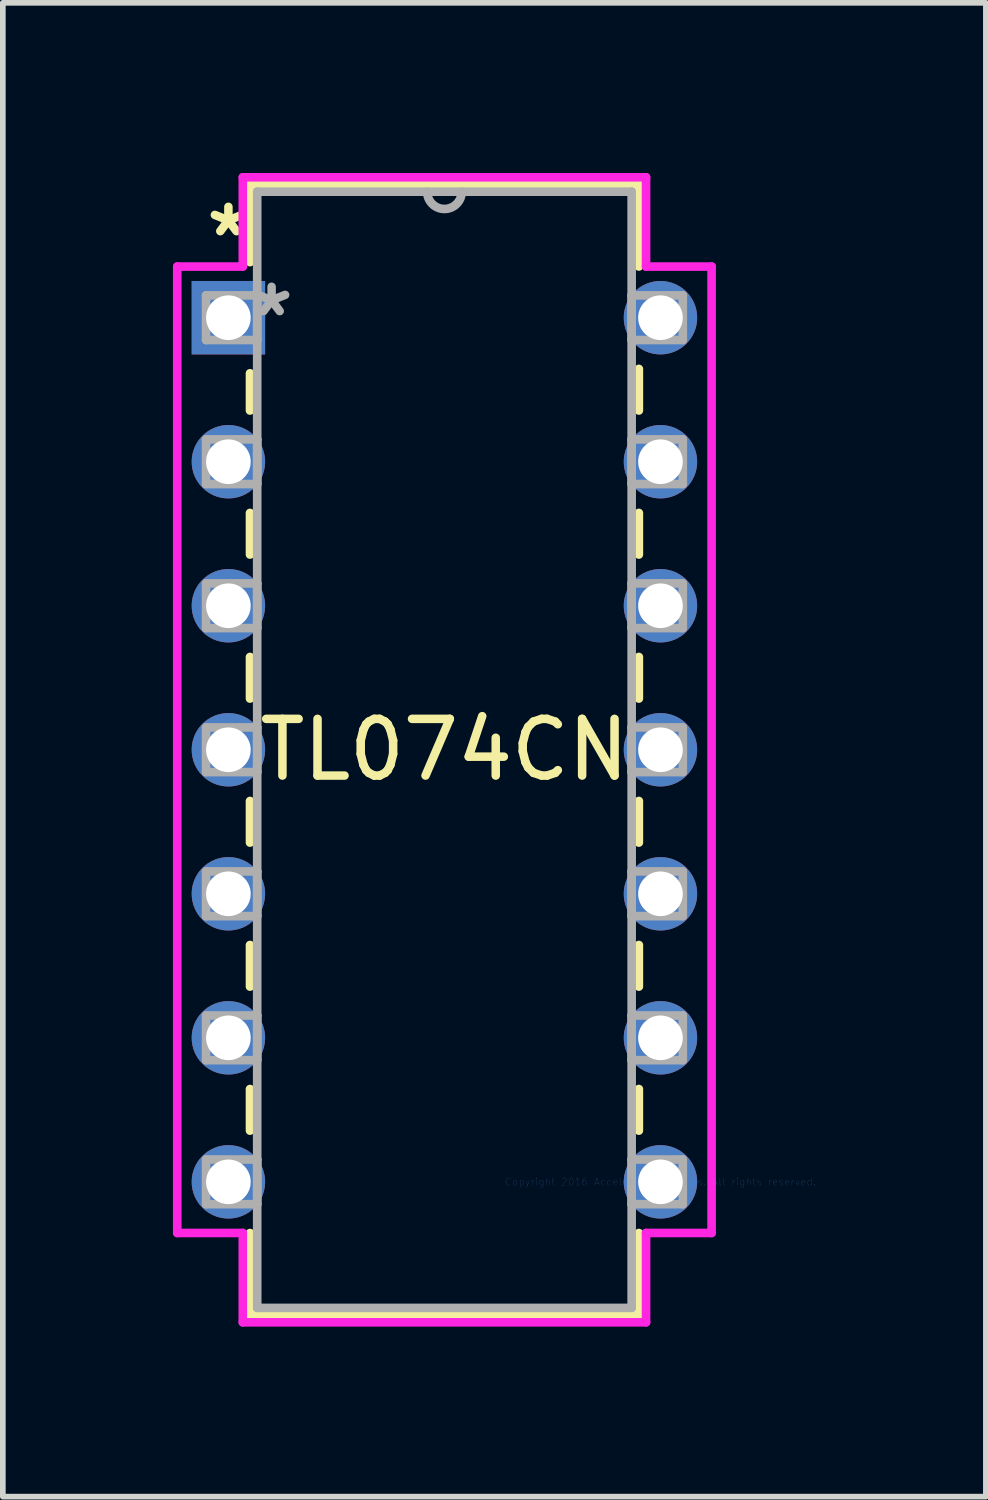
<source format=kicad_pcb>
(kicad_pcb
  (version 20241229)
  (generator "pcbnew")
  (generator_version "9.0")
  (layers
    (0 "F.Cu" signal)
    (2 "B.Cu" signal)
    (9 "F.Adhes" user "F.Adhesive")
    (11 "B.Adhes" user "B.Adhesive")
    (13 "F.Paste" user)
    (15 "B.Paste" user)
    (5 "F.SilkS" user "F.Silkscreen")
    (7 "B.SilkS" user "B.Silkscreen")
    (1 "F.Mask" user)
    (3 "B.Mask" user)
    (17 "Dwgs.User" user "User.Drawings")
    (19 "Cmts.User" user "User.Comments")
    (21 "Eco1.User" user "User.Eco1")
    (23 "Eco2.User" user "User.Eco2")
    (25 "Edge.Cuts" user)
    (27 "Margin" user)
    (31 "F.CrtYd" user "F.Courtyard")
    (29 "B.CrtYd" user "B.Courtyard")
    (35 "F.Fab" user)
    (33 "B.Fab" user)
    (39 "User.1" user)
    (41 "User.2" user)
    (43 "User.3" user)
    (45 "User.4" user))
  (footprint "TL074CN"
    (layer "F.Cu")
    (at 8.598 17.793)
    (property "Reference" "TL074CN" (at -3.81 -7.62 0) (layer "F.SilkS") (effects (font (size 1 1) (thickness 0.15))))
    (attr through_hole)
    (fp_line (start -7.239 -17.59) (end -7.239 -16.22) (stroke (width 0.152) (type solid)) (layer "F.SilkS"))
    (fp_line (start -7.239 -14.26) (end -7.239 -13.603) (stroke (width 0.152) (type solid)) (layer "F.SilkS"))
    (fp_line (start -7.239 -11.797) (end -7.239 -11.063) (stroke (width 0.152) (type solid)) (layer "F.SilkS"))
    (fp_line (start -7.239 -9.257) (end -7.239 -8.523) (stroke (width 0.152) (type solid)) (layer "F.SilkS"))
    (fp_line (start -7.239 -6.717) (end -7.239 -5.983) (stroke (width 0.152) (type solid)) (layer "F.SilkS"))
    (fp_line (start -7.239 -4.177) (end -7.239 -3.443) (stroke (width 0.152) (type solid)) (layer "F.SilkS"))
    (fp_line (start -7.239 -1.637) (end -7.239 -0.903) (stroke (width 0.152) (type solid)) (layer "F.SilkS"))
    (fp_line (start -7.239 0.903) (end -7.239 2.349) (stroke (width 0.152) (type solid)) (layer "F.SilkS"))
    (fp_line (start -7.239 2.349) (end -0.381 2.349) (stroke (width 0.152) (type solid)) (layer "F.SilkS"))
    (fp_line (start -0.381 -17.59) (end -7.239 -17.59) (stroke (width 0.152) (type solid)) (layer "F.SilkS"))
    (fp_line (start -0.381 -16.143) (end -0.381 -17.59) (stroke (width 0.152) (type solid)) (layer "F.SilkS"))
    (fp_line (start -0.381 -13.603) (end -0.381 -14.337) (stroke (width 0.152) (type solid)) (layer "F.SilkS"))
    (fp_line (start -0.381 -11.063) (end -0.381 -11.797) (stroke (width 0.152) (type solid)) (layer "F.SilkS"))
    (fp_line (start -0.381 -8.523) (end -0.381 -9.257) (stroke (width 0.152) (type solid)) (layer "F.SilkS"))
    (fp_line (start -0.381 -5.983) (end -0.381 -6.717) (stroke (width 0.152) (type solid)) (layer "F.SilkS"))
    (fp_line (start -0.381 -3.443) (end -0.381 -4.177) (stroke (width 0.152) (type solid)) (layer "F.SilkS"))
    (fp_line (start -0.381 -0.903) (end -0.381 -1.637) (stroke (width 0.152) (type solid)) (layer "F.SilkS"))
    (fp_line (start -0.381 2.349) (end -0.381 0.903) (stroke (width 0.152) (type solid)) (layer "F.SilkS"))
    (fp_line (start -8.522 -16.142) (end -8.522 0.902) (stroke (width 0.152) (type solid)) (layer "F.CrtYd"))
    (fp_line (start -8.522 0.902) (end -7.366 0.902) (stroke (width 0.152) (type solid)) (layer "F.CrtYd"))
    (fp_line (start -7.366 -17.716) (end -7.366 -16.142) (stroke (width 0.152) (type solid)) (layer "F.CrtYd"))
    (fp_line (start -7.366 -16.142) (end -8.522 -16.142) (stroke (width 0.152) (type solid)) (layer "F.CrtYd"))
    (fp_line (start -7.366 0.902) (end -7.366 2.477) (stroke (width 0.152) (type solid)) (layer "F.CrtYd"))
    (fp_line (start -7.366 2.477) (end -0.254 2.477) (stroke (width 0.152) (type solid)) (layer "F.CrtYd"))
    (fp_line (start -0.254 -17.716) (end -7.366 -17.716) (stroke (width 0.152) (type solid)) (layer "F.CrtYd"))
    (fp_line (start -0.254 -16.142) (end -0.254 -17.716) (stroke (width 0.152) (type solid)) (layer "F.CrtYd"))
    (fp_line (start -0.254 0.902) (end 0.902 0.902) (stroke (width 0.152) (type solid)) (layer "F.CrtYd"))
    (fp_line (start -0.254 2.477) (end -0.254 0.902) (stroke (width 0.152) (type solid)) (layer "F.CrtYd"))
    (fp_line (start 0.902 -16.142) (end -0.254 -16.142) (stroke (width 0.152) (type solid)) (layer "F.CrtYd"))
    (fp_line (start 0.902 0.902) (end 0.902 -16.142) (stroke (width 0.152) (type solid)) (layer "F.CrtYd"))
    (fp_line (start -8.014 -15.634) (end -8.014 -14.846) (stroke (width 0.152) (type solid)) (layer "F.Fab"))
    (fp_line (start -8.014 -14.846) (end -7.112 -14.846) (stroke (width 0.152) (type solid)) (layer "F.Fab"))
    (fp_line (start -8.014 -13.094) (end -8.014 -12.306) (stroke (width 0.152) (type solid)) (layer "F.Fab"))
    (fp_line (start -8.014 -12.306) (end -7.112 -12.306) (stroke (width 0.152) (type solid)) (layer "F.Fab"))
    (fp_line (start -8.014 -10.554) (end -8.014 -9.766) (stroke (width 0.152) (type solid)) (layer "F.Fab"))
    (fp_line (start -8.014 -9.766) (end -7.112 -9.766) (stroke (width 0.152) (type solid)) (layer "F.Fab"))
    (fp_line (start -8.014 -8.014) (end -8.014 -7.226) (stroke (width 0.152) (type solid)) (layer "F.Fab"))
    (fp_line (start -8.014 -7.226) (end -7.112 -7.226) (stroke (width 0.152) (type solid)) (layer "F.Fab"))
    (fp_line (start -8.014 -5.474) (end -8.014 -4.686) (stroke (width 0.152) (type solid)) (layer "F.Fab"))
    (fp_line (start -8.014 -4.686) (end -7.112 -4.686) (stroke (width 0.152) (type solid)) (layer "F.Fab"))
    (fp_line (start -8.014 -2.934) (end -8.014 -2.146) (stroke (width 0.152) (type solid)) (layer "F.Fab"))
    (fp_line (start -8.014 -2.146) (end -7.112 -2.146) (stroke (width 0.152) (type solid)) (layer "F.Fab"))
    (fp_line (start -8.014 -0.394) (end -8.014 0.394) (stroke (width 0.152) (type solid)) (layer "F.Fab"))
    (fp_line (start -8.014 0.394) (end -7.112 0.394) (stroke (width 0.152) (type solid)) (layer "F.Fab"))
    (fp_line (start -7.112 -17.462) (end -7.112 2.223) (stroke (width 0.152) (type solid)) (layer "F.Fab"))
    (fp_line (start -7.112 -15.634) (end -8.014 -15.634) (stroke (width 0.152) (type solid)) (layer "F.Fab"))
    (fp_line (start -7.112 -14.846) (end -7.112 -15.634) (stroke (width 0.152) (type solid)) (layer "F.Fab"))
    (fp_line (start -7.112 -13.094) (end -8.014 -13.094) (stroke (width 0.152) (type solid)) (layer "F.Fab"))
    (fp_line (start -7.112 -12.306) (end -7.112 -13.094) (stroke (width 0.152) (type solid)) (layer "F.Fab"))
    (fp_line (start -7.112 -10.554) (end -8.014 -10.554) (stroke (width 0.152) (type solid)) (layer "F.Fab"))
    (fp_line (start -7.112 -9.766) (end -7.112 -10.554) (stroke (width 0.152) (type solid)) (layer "F.Fab"))
    (fp_line (start -7.112 -8.014) (end -8.014 -8.014) (stroke (width 0.152) (type solid)) (layer "F.Fab"))
    (fp_line (start -7.112 -7.226) (end -7.112 -8.014) (stroke (width 0.152) (type solid)) (layer "F.Fab"))
    (fp_line (start -7.112 -5.474) (end -8.014 -5.474) (stroke (width 0.152) (type solid)) (layer "F.Fab"))
    (fp_line (start -7.112 -4.686) (end -7.112 -5.474) (stroke (width 0.152) (type solid)) (layer "F.Fab"))
    (fp_line (start -7.112 -2.934) (end -8.014 -2.934) (stroke (width 0.152) (type solid)) (layer "F.Fab"))
    (fp_line (start -7.112 -2.146) (end -7.112 -2.934) (stroke (width 0.152) (type solid)) (layer "F.Fab"))
    (fp_line (start -7.112 -0.394) (end -8.014 -0.394) (stroke (width 0.152) (type solid)) (layer "F.Fab"))
    (fp_line (start -7.112 0.394) (end -7.112 -0.394) (stroke (width 0.152) (type solid)) (layer "F.Fab"))
    (fp_line (start -7.112 2.223) (end -0.508 2.223) (stroke (width 0.152) (type solid)) (layer "F.Fab"))
    (fp_line (start -0.508 -17.462) (end -7.112 -17.462) (stroke (width 0.152) (type solid)) (layer "F.Fab"))
    (fp_line (start -0.508 -15.634) (end -0.508 -14.846) (stroke (width 0.152) (type solid)) (layer "F.Fab"))
    (fp_line (start -0.508 -14.846) (end 0.394 -14.846) (stroke (width 0.152) (type solid)) (layer "F.Fab"))
    (fp_line (start -0.508 -13.094) (end -0.508 -12.306) (stroke (width 0.152) (type solid)) (layer "F.Fab"))
    (fp_line (start -0.508 -12.306) (end 0.394 -12.306) (stroke (width 0.152) (type solid)) (layer "F.Fab"))
    (fp_line (start -0.508 -10.554) (end -0.508 -9.766) (stroke (width 0.152) (type solid)) (layer "F.Fab"))
    (fp_line (start -0.508 -9.766) (end 0.394 -9.766) (stroke (width 0.152) (type solid)) (layer "F.Fab"))
    (fp_line (start -0.508 -8.014) (end -0.508 -7.226) (stroke (width 0.152) (type solid)) (layer "F.Fab"))
    (fp_line (start -0.508 -7.226) (end 0.394 -7.226) (stroke (width 0.152) (type solid)) (layer "F.Fab"))
    (fp_line (start -0.508 -5.474) (end -0.508 -4.686) (stroke (width 0.152) (type solid)) (layer "F.Fab"))
    (fp_line (start -0.508 -4.686) (end 0.394 -4.686) (stroke (width 0.152) (type solid)) (layer "F.Fab"))
    (fp_line (start -0.508 -2.934) (end -0.508 -2.146) (stroke (width 0.152) (type solid)) (layer "F.Fab"))
    (fp_line (start -0.508 -2.146) (end 0.394 -2.146) (stroke (width 0.152) (type solid)) (layer "F.Fab"))
    (fp_line (start -0.508 -0.394) (end -0.508 0.394) (stroke (width 0.152) (type solid)) (layer "F.Fab"))
    (fp_line (start -0.508 0.394) (end 0.394 0.394) (stroke (width 0.152) (type solid)) (layer "F.Fab"))
    (fp_line (start -0.508 2.223) (end -0.508 -17.462) (stroke (width 0.152) (type solid)) (layer "F.Fab"))
    (fp_line (start 0.394 -15.634) (end -0.508 -15.634) (stroke (width 0.152) (type solid)) (layer "F.Fab"))
    (fp_line (start 0.394 -14.846) (end 0.394 -15.634) (stroke (width 0.152) (type solid)) (layer "F.Fab"))
    (fp_line (start 0.394 -13.094) (end -0.508 -13.094) (stroke (width 0.152) (type solid)) (layer "F.Fab"))
    (fp_line (start 0.394 -12.306) (end 0.394 -13.094) (stroke (width 0.152) (type solid)) (layer "F.Fab"))
    (fp_line (start 0.394 -10.554) (end -0.508 -10.554) (stroke (width 0.152) (type solid)) (layer "F.Fab"))
    (fp_line (start 0.394 -9.766) (end 0.394 -10.554) (stroke (width 0.152) (type solid)) (layer "F.Fab"))
    (fp_line (start 0.394 -8.014) (end -0.508 -8.014) (stroke (width 0.152) (type solid)) (layer "F.Fab"))
    (fp_line (start 0.394 -7.226) (end 0.394 -8.014) (stroke (width 0.152) (type solid)) (layer "F.Fab"))
    (fp_line (start 0.394 -5.474) (end -0.508 -5.474) (stroke (width 0.152) (type solid)) (layer "F.Fab"))
    (fp_line (start 0.394 -4.686) (end 0.394 -5.474) (stroke (width 0.152) (type solid)) (layer "F.Fab"))
    (fp_line (start 0.394 -2.934) (end -0.508 -2.934) (stroke (width 0.152) (type solid)) (layer "F.Fab"))
    (fp_line (start 0.394 -2.146) (end 0.394 -2.934) (stroke (width 0.152) (type solid)) (layer "F.Fab"))
    (fp_line (start 0.394 -0.394) (end -0.508 -0.394) (stroke (width 0.152) (type solid)) (layer "F.Fab"))
    (fp_line (start 0.394 0.394) (end 0.394 -0.394) (stroke (width 0.152) (type solid)) (layer "F.Fab"))
    (fp_arc (start -3.5052 -17.4625) (mid -3.81 -17.1577) (end -4.1148 -17.4625) (stroke (width 0.1524) (type solid)) (layer "F.Fab"))
    (fp_text user "*" (at -7.62 -16.65 0) (layer "F.SilkS") (effects (font (size 1 1) (thickness 0.15))))
    (fp_text user "Copyright 2016 Accelerated Designs. All rights reserved." (at 0 0 0) (layer "Cmts.User") (effects (font (size 0.127 0.127) (thickness 0.002))))
    (fp_text user "*" (at -6.858 -15.24 0) (layer "F.Fab") (effects (font (size 1 1) (thickness 0.15))))
    (pad "1" thru_hole rect (at -7.62 -15.24) (size 1.295 1.295) (drill 0.787) (layers "*.Cu" "*.Mask"))
    (pad "2" thru_hole circle (at -7.62 -12.7) (size 1.295 1.295) (drill 0.787) (layers "*.Cu" "*.Mask"))
    (pad "3" thru_hole circle (at -7.62 -10.16) (size 1.295 1.295) (drill 0.787) (layers "*.Cu" "*.Mask"))
    (pad "4" thru_hole circle (at -7.62 -7.62) (size 1.295 1.295) (drill 0.787) (layers "*.Cu" "*.Mask"))
    (pad "5" thru_hole circle (at -7.62 -5.08) (size 1.295 1.295) (drill 0.787) (layers "*.Cu" "*.Mask"))
    (pad "6" thru_hole circle (at -7.62 -2.54) (size 1.295 1.295) (drill 0.787) (layers "*.Cu" "*.Mask"))
    (pad "7" thru_hole circle (at -7.62 0) (size 1.295 1.295) (drill 0.787) (layers "*.Cu" "*.Mask"))
    (pad "8" thru_hole circle (at 0 0) (size 1.295 1.295) (drill 0.787) (layers "*.Cu" "*.Mask"))
    (pad "9" thru_hole circle (at 0 -2.54) (size 1.295 1.295) (drill 0.787) (layers "*.Cu" "*.Mask"))
    (pad "10" thru_hole circle (at 0 -5.08) (size 1.295 1.295) (drill 0.787) (layers "*.Cu" "*.Mask"))
    (pad "11" thru_hole circle (at 0 -7.62) (size 1.295 1.295) (drill 0.787) (layers "*.Cu" "*.Mask"))
    (pad "12" thru_hole circle (at 0 -10.16) (size 1.295 1.295) (drill 0.787) (layers "*.Cu" "*.Mask"))
    (pad "13" thru_hole circle (at 0 -12.7) (size 1.295 1.295) (drill 0.787) (layers "*.Cu" "*.Mask"))
    (pad "14" thru_hole circle (at 0 -15.24) (size 1.295 1.295) (drill 0.787) (layers "*.Cu" "*.Mask")))
  (gr_rect
    (start -3 -3)
    (end 14.337 23.345)
    (stroke (width 0.1) (type default))
    (fill no)
    (layer "Edge.Cuts")))
</source>
